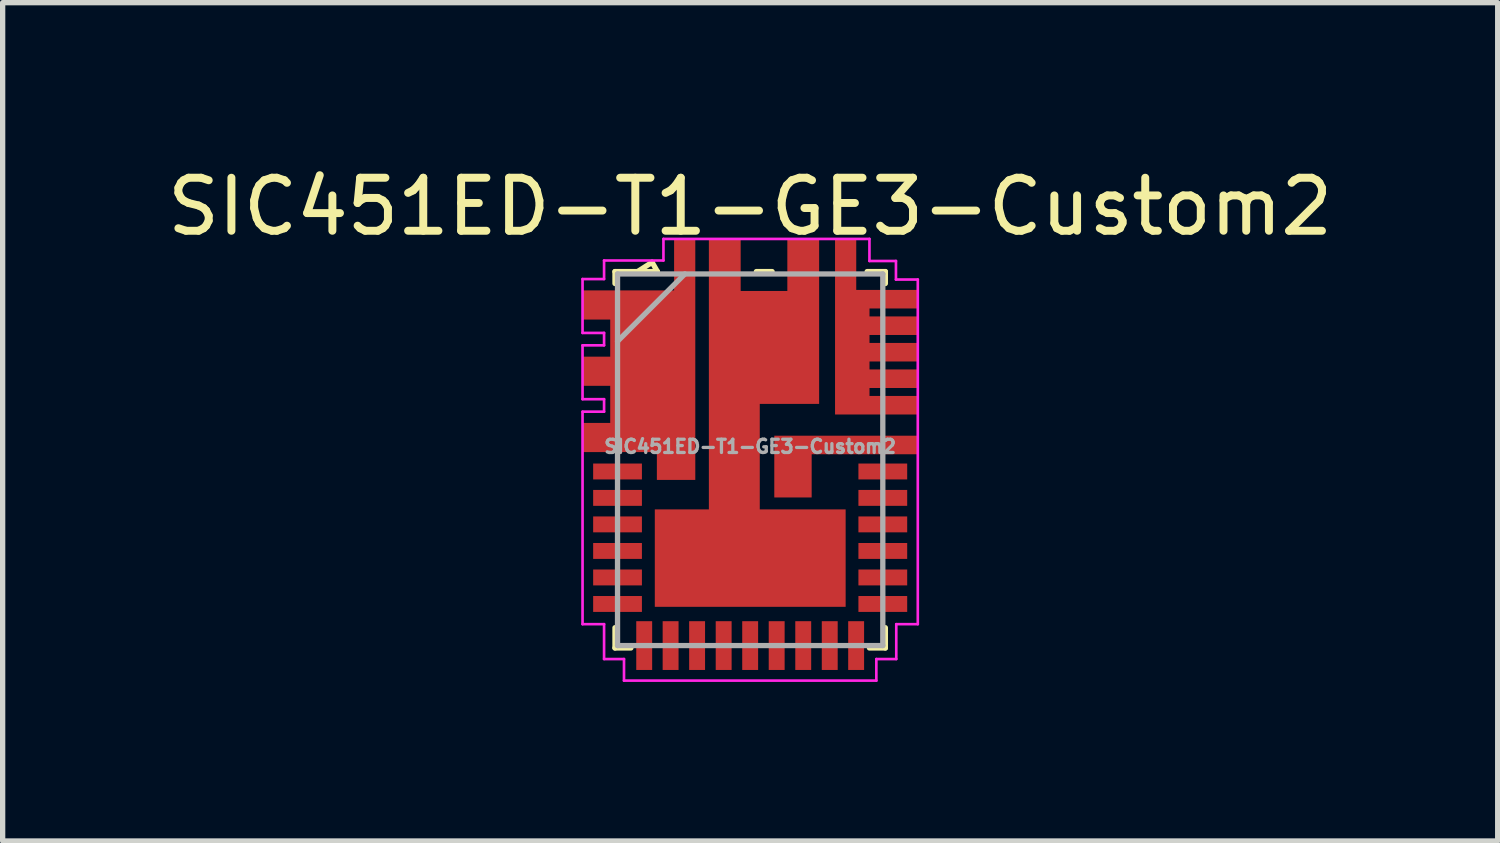
<source format=kicad_pcb>
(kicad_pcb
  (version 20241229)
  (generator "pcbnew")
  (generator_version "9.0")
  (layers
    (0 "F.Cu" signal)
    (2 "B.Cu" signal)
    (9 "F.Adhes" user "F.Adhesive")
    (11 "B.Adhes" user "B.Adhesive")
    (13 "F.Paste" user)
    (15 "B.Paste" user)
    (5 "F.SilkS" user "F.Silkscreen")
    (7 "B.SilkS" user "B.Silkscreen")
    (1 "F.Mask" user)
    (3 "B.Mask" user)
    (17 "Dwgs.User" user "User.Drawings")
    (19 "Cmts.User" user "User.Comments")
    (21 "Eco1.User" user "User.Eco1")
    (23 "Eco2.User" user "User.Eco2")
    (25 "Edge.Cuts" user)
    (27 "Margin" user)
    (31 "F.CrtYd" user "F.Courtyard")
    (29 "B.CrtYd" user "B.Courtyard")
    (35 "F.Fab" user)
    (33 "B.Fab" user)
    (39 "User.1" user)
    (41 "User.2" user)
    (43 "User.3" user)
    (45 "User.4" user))
  (footprint "SIC451ED-T1-GE3-Custom2"
    (layer "F.Cu")
    (at 11.101 5.623)
    (property "Reference" "SIC451ED-T1-GE3-Custom2" (at 0 -4.775 0) (layer "F.SilkS") (effects (font (size 1 1) (thickness 0.15))))
    (attr smd)
    (fp_line (start -2.55 -3.325) (end -2.55 -3.55) (stroke (width 0.1) (type solid)) (layer "F.SilkS"))
    (fp_line (start -2.55 3.168) (end -2.55 3.55) (stroke (width 0.1) (type solid)) (layer "F.SilkS"))
    (fp_line (start -2.55 3.55) (end -2.25 3.55) (stroke (width 0.1) (type solid)) (layer "F.SilkS"))
    (fp_line (start -2.125 -3.55) (end -1.85 -3.725) (stroke (width 0.1) (type solid)) (layer "F.SilkS"))
    (fp_line (start -1.85 -3.725) (end -1.75 -3.55) (stroke (width 0.1) (type solid)) (layer "F.SilkS"))
    (fp_line (start -1.75 -3.55) (end -2.55 -3.55) (stroke (width 0.1) (type solid)) (layer "F.SilkS"))
    (fp_line (start 0.117 -3.55) (end 0.414 -3.55) (stroke (width 0.1) (type solid)) (layer "F.SilkS"))
    (fp_line (start 2.207 -3.55) (end 2.55 -3.55) (stroke (width 0.1) (type solid)) (layer "F.SilkS"))
    (fp_line (start 2.55 -3.325) (end 2.55 -3.55) (stroke (width 0.1) (type solid)) (layer "F.SilkS"))
    (fp_line (start 2.55 3.168) (end 2.55 3.55) (stroke (width 0.1) (type solid)) (layer "F.SilkS"))
    (fp_line (start 2.55 3.55) (end 2.25 3.55) (stroke (width 0.1) (type solid)) (layer "F.SilkS"))
    (fp_rect (start -3.1 -3.15) (end -2.2 -2.7) (stroke (width 0.1) (type solid)) (fill yes) (layer "F.Paste"))
    (fp_rect (start -3.1 -1.9) (end -2.2 -1.45) (stroke (width 0.1) (type solid)) (fill yes) (layer "F.Paste"))
    (fp_rect (start -3.1 -0.65) (end -2.2 -0.2) (stroke (width 0.1) (type solid)) (fill yes) (layer "F.Paste"))
    (fp_rect (start -1.7 -2.55) (end -1.1 0.3) (stroke (width 0.1) (type solid)) (fill yes) (layer "F.Paste"))
    (fp_rect (start -1.55 1.2) (end 1.55 2.65) (stroke (width 0.1) (type solid)) (fill yes) (layer "F.Paste"))
    (fp_rect (start -1.35 -4.1) (end -1.1 -3.1) (stroke (width 0.1) (type solid)) (fill yes) (layer "F.Paste"))
    (fp_rect (start -0.6 -2.55) (end 1.15 -1.25) (stroke (width 0.1) (type solid)) (fill yes) (layer "F.Paste"))
    (fp_rect (start 0.55 -0.35) (end 1.05 0.6) (stroke (width 0.1) (type solid)) (fill yes) (layer "F.Paste"))
    (fp_rect (start 1.665 -4.085) (end 1.935 -3.33) (stroke (width 0.12) (type solid)) (fill yes) (layer "F.Paste"))
    (fp_rect (start 1.675 -3.1) (end 2.15 -0.925) (stroke (width 0.1) (type solid)) (fill yes) (layer "F.Paste"))
    (fp_rect (start 2.215 -0.395) (end 3.09 -0.165) (stroke (width 0.12) (type solid)) (fill yes) (layer "F.Paste"))
    (fp_rect (start 2.91 -3.145) (end 2.495 -2.915) (stroke (width 0.12) (type solid)) (fill yes) (layer "F.Paste"))
    (fp_rect (start 2.91 -2.645) (end 2.495 -2.415) (stroke (width 0.12) (type solid)) (fill yes) (layer "F.Paste"))
    (fp_rect (start 2.91 -2.145) (end 2.495 -1.915) (stroke (width 0.12) (type solid)) (fill yes) (layer "F.Paste"))
    (fp_rect (start 2.91 -1.645) (end 2.495 -1.415) (stroke (width 0.12) (type solid)) (fill yes) (layer "F.Paste"))
    (fp_rect (start 2.91 -1.145) (end 2.495 -0.915) (stroke (width 0.12) (type solid)) (fill yes) (layer "F.Paste"))
    (fp_line (start -3.162 -3.409) (end -3.162 -2.393) (stroke (width 0.05) (type solid)) (layer "F.CrtYd"))
    (fp_line (start -3.162 -2.393) (end -2.756 -2.393) (stroke (width 0.05) (type solid)) (layer "F.CrtYd"))
    (fp_line (start -3.162 -2.159) (end -3.162 -1.143) (stroke (width 0.05) (type solid)) (layer "F.CrtYd"))
    (fp_line (start -3.162 -1.143) (end -2.756 -1.143) (stroke (width 0.05) (type solid)) (layer "F.CrtYd"))
    (fp_line (start -3.162 -0.907) (end -3.162 3.101) (stroke (width 0.05) (type solid)) (layer "F.CrtYd"))
    (fp_line (start -3.162 3.101) (end -2.756 3.101) (stroke (width 0.05) (type solid)) (layer "F.CrtYd"))
    (fp_line (start -2.756 -3.759) (end -2.756 -3.409) (stroke (width 0.05) (type solid)) (layer "F.CrtYd"))
    (fp_line (start -2.756 -3.409) (end -3.162 -3.409) (stroke (width 0.05) (type solid)) (layer "F.CrtYd"))
    (fp_line (start -2.756 -2.393) (end -2.756 -2.159) (stroke (width 0.05) (type solid)) (layer "F.CrtYd"))
    (fp_line (start -2.756 -2.159) (end -3.162 -2.159) (stroke (width 0.05) (type solid)) (layer "F.CrtYd"))
    (fp_line (start -2.756 -1.143) (end -2.756 -0.907) (stroke (width 0.05) (type solid)) (layer "F.CrtYd"))
    (fp_line (start -2.756 -0.907) (end -3.162 -0.907) (stroke (width 0.05) (type solid)) (layer "F.CrtYd"))
    (fp_line (start -2.756 3.101) (end -2.756 3.759) (stroke (width 0.05) (type solid)) (layer "F.CrtYd"))
    (fp_line (start -2.756 3.759) (end -2.38 3.759) (stroke (width 0.05) (type solid)) (layer "F.CrtYd"))
    (fp_line (start -2.38 3.759) (end -2.38 4.166) (stroke (width 0.05) (type solid)) (layer "F.CrtYd"))
    (fp_line (start -2.38 4.166) (end 2.38 4.166) (stroke (width 0.05) (type solid)) (layer "F.CrtYd"))
    (fp_line (start -1.636 -4.166) (end -1.636 -3.759) (stroke (width 0.05) (type solid)) (layer "F.CrtYd"))
    (fp_line (start -1.636 -3.759) (end -2.756 -3.759) (stroke (width 0.05) (type solid)) (layer "F.CrtYd"))
    (fp_line (start 2.25 -4.166) (end -1.636 -4.166) (stroke (width 0.05) (type solid)) (layer "F.CrtYd"))
    (fp_line (start 2.25 -3.75) (end 2.25 -4.166) (stroke (width 0.05) (type default)) (layer "F.CrtYd"))
    (fp_line (start 2.38 3.759) (end 2.756 3.759) (stroke (width 0.05) (type solid)) (layer "F.CrtYd"))
    (fp_line (start 2.38 4.166) (end 2.38 3.759) (stroke (width 0.05) (type solid)) (layer "F.CrtYd"))
    (fp_line (start 2.75 -3.75) (end 2.25 -3.75) (stroke (width 0.05) (type default)) (layer "F.CrtYd"))
    (fp_line (start 2.75 -3.4) (end 2.75 -3.75) (stroke (width 0.05) (type default)) (layer "F.CrtYd"))
    (fp_line (start 2.756 3.101) (end 3.162 3.101) (stroke (width 0.05) (type solid)) (layer "F.CrtYd"))
    (fp_line (start 2.756 3.759) (end 2.756 3.101) (stroke (width 0.05) (type solid)) (layer "F.CrtYd"))
    (fp_line (start 3.162 -3.4) (end 2.75 -3.4) (stroke (width 0.05) (type default)) (layer "F.CrtYd"))
    (fp_line (start 3.162 3.101) (end 3.162 -3.4) (stroke (width 0.05) (type solid)) (layer "F.CrtYd"))
    (fp_line (start -2.502 -3.505) (end -2.502 3.505) (stroke (width 0.1) (type solid)) (layer "F.Fab"))
    (fp_line (start -2.502 -2.235) (end -1.232 -3.505) (stroke (width 0.1) (type solid)) (layer "F.Fab"))
    (fp_line (start -2.502 3.505) (end 2.502 3.505) (stroke (width 0.1) (type solid)) (layer "F.Fab"))
    (fp_line (start 2.502 -3.505) (end -2.502 -3.505) (stroke (width 0.1) (type solid)) (layer "F.Fab"))
    (fp_line (start 2.502 3.505) (end 2.502 -3.505) (stroke (width 0.1) (type solid)) (layer "F.Fab"))
    (fp_text user "${REFERENCE}" (at 0 -0.25 0) (layer "F.Fab") (effects (font (size 0.25 0.25) (thickness 0.062))))
    (pad "1" smd custom (at -3.16 -2.92) (size 0.001 0.001) (layers "F.Cu" "F.Mask") (options (anchor rect)) (primitives (gr_poly (pts (xy 0 0) (xy 0 -0.275) (xy 1.725 -0.275) (xy 1.725 -1.235) (xy 2.125 -1.235) (xy 2.125 3.3) (xy 1.4 3.3) (xy 1.4 2.775) (xy 0 2.775) (xy 0 2.225) (xy 0.52 2.225) (xy 0.52 1.525) (xy 0 1.525) (xy 0 0.975) (xy 0.52 0.975) (xy 0.52 0.275) (xy 0 0.275)) (width 0) (fill yes))))
    (pad "4" smd rect (at -2.502 0.221) (size 0.92 0.3) (layers "F.Cu" "F.Mask" "F.Paste"))
    (pad "5" smd rect (at -2.502 0.719) (size 0.92 0.3) (layers "F.Cu" "F.Mask" "F.Paste"))
    (pad "6" smd rect (at -2.502 1.219) (size 0.92 0.3) (layers "F.Cu" "F.Mask" "F.Paste"))
    (pad "7" smd rect (at -2.502 1.72) (size 0.92 0.3) (layers "F.Cu" "F.Mask" "F.Paste"))
    (pad "8" smd rect (at -2.502 2.22) (size 0.92 0.3) (layers "F.Cu" "F.Mask" "F.Paste"))
    (pad "9" smd rect (at -2.502 2.72) (size 0.92 0.3) (layers "F.Cu" "F.Mask" "F.Paste"))
    (pad "10" smd rect (at -1.999 3.505 90) (size 0.92 0.3) (layers "F.Cu" "F.Mask" "F.Paste"))
    (pad "11" smd rect (at -1.501 3.505 90) (size 0.92 0.3) (layers "F.Cu" "F.Mask" "F.Paste"))
    (pad "12" smd rect (at -1.001 3.505 90) (size 0.92 0.3) (layers "F.Cu" "F.Mask" "F.Paste"))
    (pad "13" smd rect (at -0.5 3.505 90) (size 0.92 0.3) (layers "F.Cu" "F.Mask" "F.Paste"))
    (pad "14" smd rect (at 0 3.505 90) (size 0.92 0.3) (layers "F.Cu" "F.Mask" "F.Paste"))
    (pad "15" smd rect (at 0.5 3.505 90) (size 0.92 0.3) (layers "F.Cu" "F.Mask" "F.Paste"))
    (pad "16" smd rect (at 1.001 3.505 90) (size 0.92 0.3) (layers "F.Cu" "F.Mask" "F.Paste"))
    (pad "17" smd rect (at 1.501 3.505 90) (size 0.92 0.3) (layers "F.Cu" "F.Mask" "F.Paste"))
    (pad "18" smd rect (at 1.999 3.505 90) (size 0.92 0.3) (layers "F.Cu" "F.Mask" "F.Paste"))
    (pad "19" smd rect (at 2.502 2.72) (size 0.92 0.3) (layers "F.Cu" "F.Mask" "F.Paste"))
    (pad "20" smd rect (at 2.502 2.22) (size 0.92 0.3) (layers "F.Cu" "F.Mask" "F.Paste"))
    (pad "21" smd rect (at 2.502 1.72) (size 0.92 0.3) (layers "F.Cu" "F.Mask" "F.Paste"))
    (pad "22" smd rect (at 2.502 1.219) (size 0.92 0.3) (layers "F.Cu" "F.Mask" "F.Paste"))
    (pad "23" smd rect (at 2.502 0.719) (size 0.92 0.3) (layers "F.Cu" "F.Mask" "F.Paste"))
    (pad "24" smd rect (at 2.502 0.221) (size 0.92 0.3) (layers "F.Cu" "F.Mask" "F.Paste"))
    (pad "25" smd custom (at 2.55 -0.279) (size 1.2 0.35) (layers "F.Cu" "F.Mask") (options (anchor rect)) (primitives (gr_poly (pts (xy 0 -0.175) (xy 0 0.175) (xy -2.095 0.175) (xy -2.095 -0.175)) (width 0) (fill yes)) (gr_poly (pts (xy -2.095 -0.01) (xy -1.39 -0.01) (xy -1.39 0.99) (xy -2.095 0.99)) (width 0) (fill yes))))
    (pad "31" smd custom (at 1.801 -3.604) (size 0.4 1.1) (layers "F.Cu" "F.Mask") (options (anchor rect)) (primitives (gr_poly (pts (xy -0.2 0.4) (xy 0.45 0.4) (xy 0.45 2.75) (xy -0.2 2.75)) (width 0) (fill yes)) (gr_poly (pts (xy 0.35 0.4) (xy 1.35 0.4) (xy 1.35 0.75) (xy 0.35 0.75)) (width 0) (fill yes)) (gr_poly (pts (xy 0.35 0.9) (xy 1.35 0.9) (xy 1.35 1.25) (xy 0.35 1.25)) (width 0) (fill yes)) (gr_poly (pts (xy 0.35 1.4) (xy 1.35 1.4) (xy 1.35 1.75) (xy 0.35 1.75)) (width 0) (fill yes)) (gr_poly (pts (xy 0.35 1.9) (xy 1.35 1.9) (xy 1.35 2.25) (xy 0.35 2.25)) (width 0) (fill yes)) (gr_poly (pts (xy 0.35 2.4) (xy 1.35 2.4) (xy 1.35 2.75) (xy 0.35 2.75)) (width 0) (fill yes))))
    (pad "32" smd custom (at 1.001 -3.604 90) (size 1.1 0.6) (layers "F.Cu" "F.Mask" "F.Paste") (options (anchor rect)) (primitives (gr_poly (pts (xy 0 -0.3) (xy 0 0.3) (xy -2.55 0.3) (xy -2.55 -1.78) (xy -0.42 -1.78) (xy -0.42 -0.3)) (width 0) (fill yes)) (gr_poly (pts (xy -2.55 -1.78) (xy -2.55 -0.82) (xy -4.6 -0.82) (xy -4.6 -1.78)) (width 0) (fill yes)) (gr_poly (pts (xy -4.54 -2.8) (xy -4.54 0.8) (xy -6.378 0.8) (xy -6.378 -2.8)) (width 0) (fill yes)) (gr_poly (pts (xy 0.55 -1.78) (xy 0.55 -1.18) (xy -0.55 -1.18) (xy -0.55 -1.78)) (width 0) (fill yes)))))
  (gr_rect
    (start -3 -3)
    (end 25.202 12.814)
    (stroke (width 0.1) (type default))
    (fill no)
    (layer "Edge.Cuts")))
</source>
